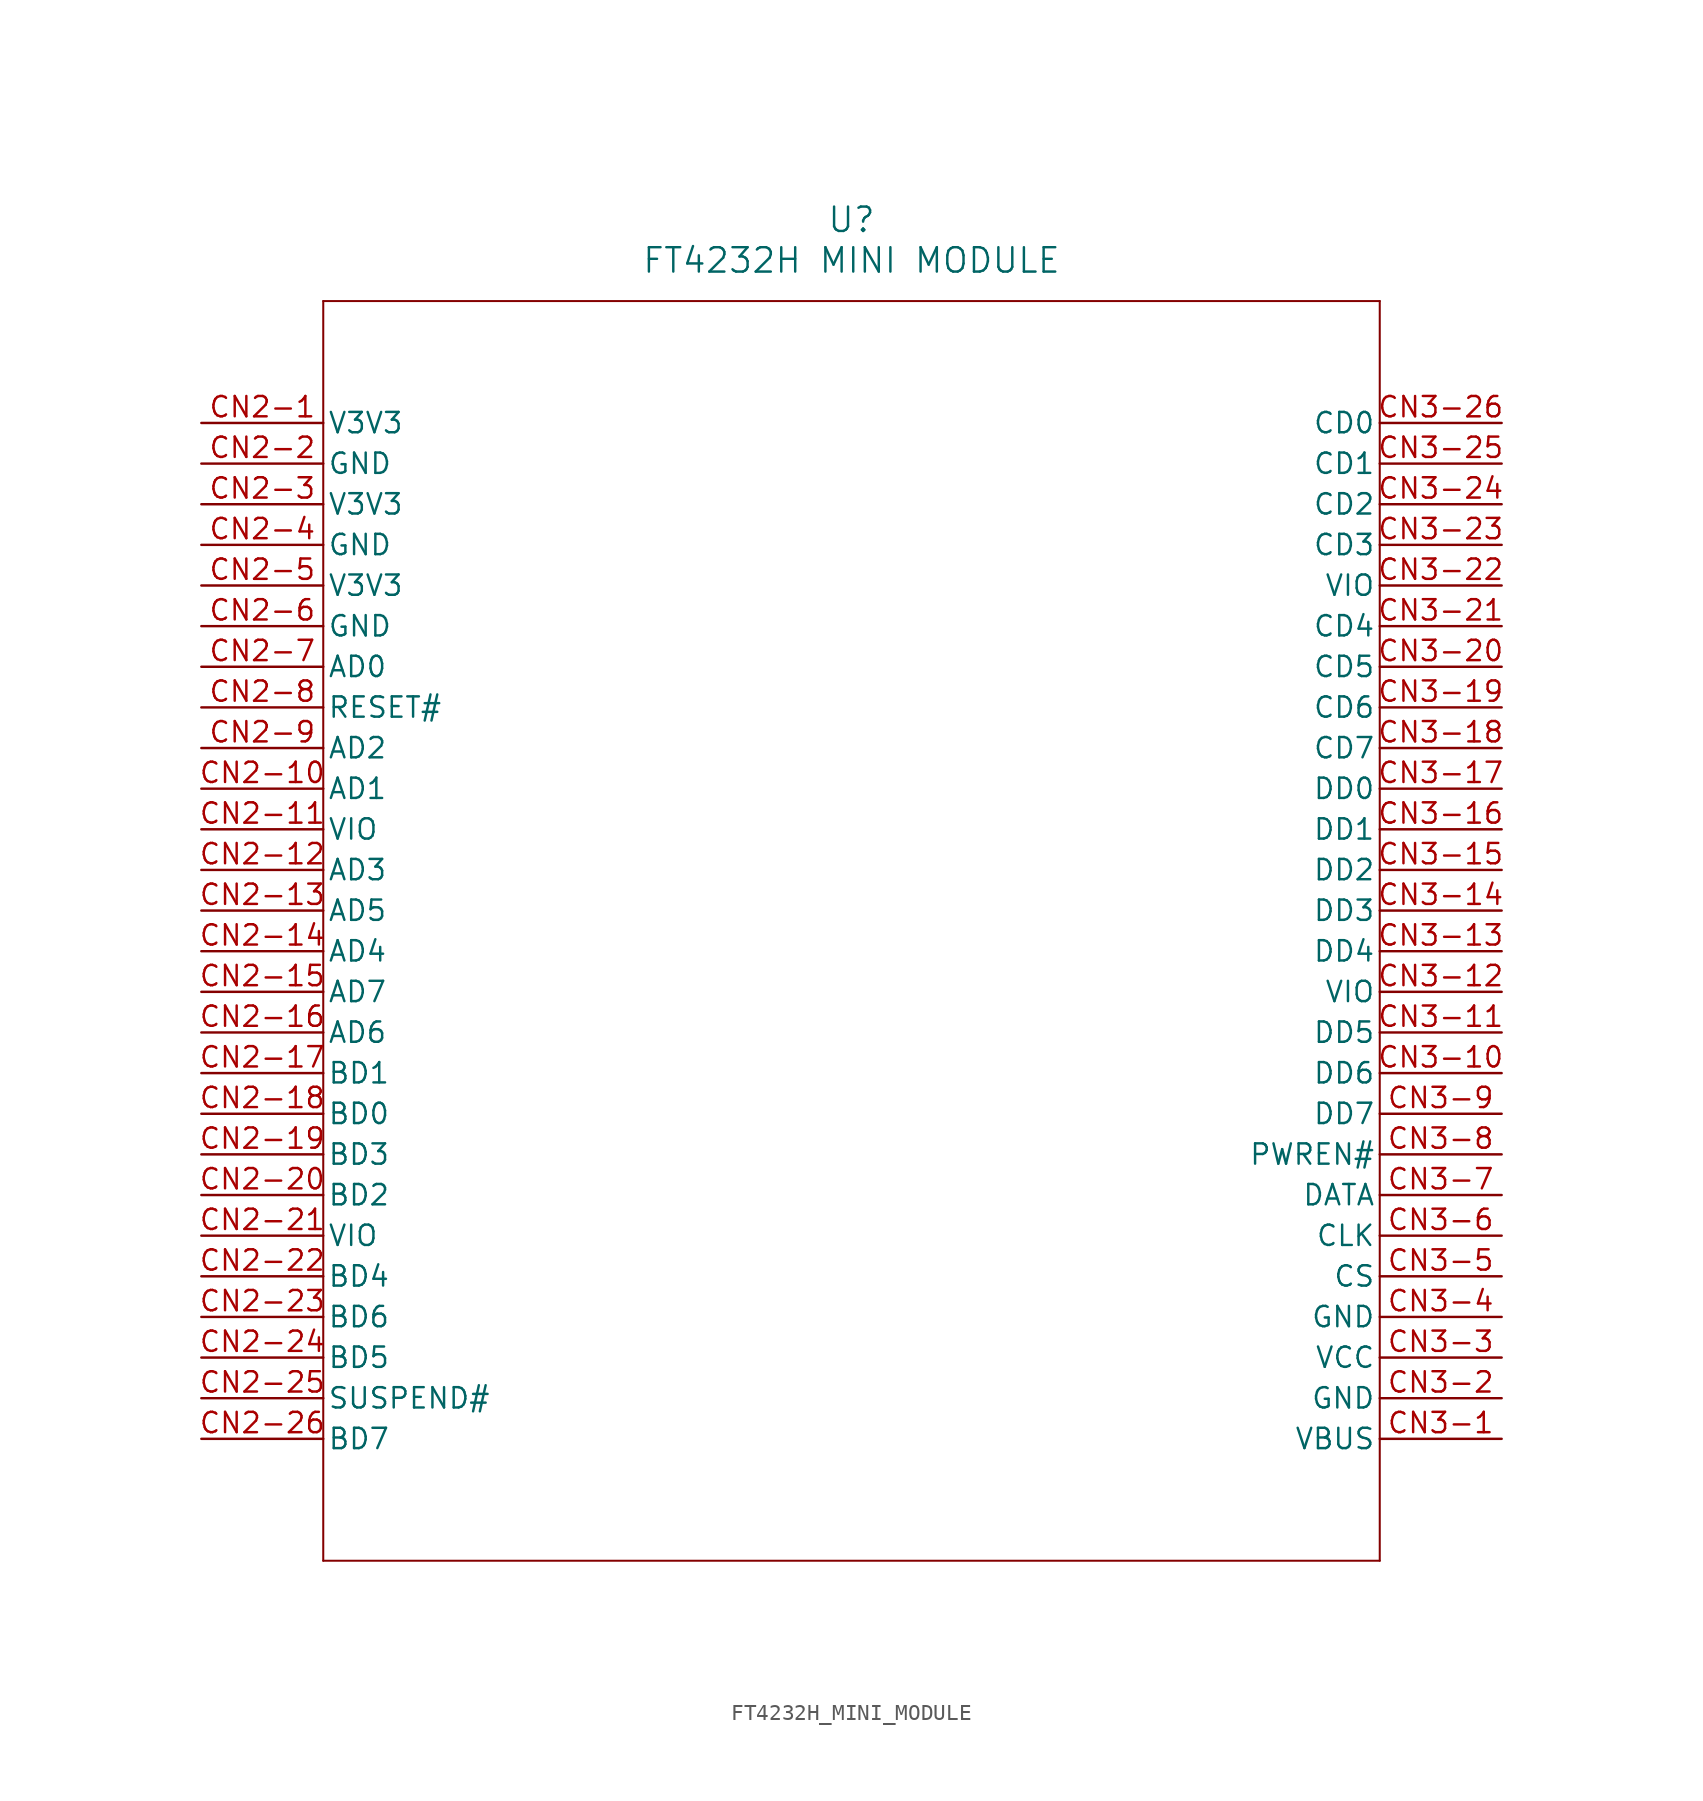
<source format=kicad_sym>
(kicad_symbol_lib
  (version 20211014)
  (generator kicad_symbol_editor)
  (symbol "FT4232H_MINI_MODULE"
    (pin_names
      (offset 0.254))
    (property "Reference" "U"
      (at 40.64 12.7 0)
      (effects (font (size 1.524 1.524))))
    (property "Value" "FT4232H MINI MODULE"
      (at 40.64 10.16 0)
      (effects (font (size 1.524 1.524))))
    (symbol "FT4232H_MINI_MODULE_0_1"
      (polyline (pts (xy 7.62 7.62) (xy 7.62 -71.12)) (stroke (width 0.127) (type default) (color 0 0 0 0)) (fill (type none)))
      (polyline (pts (xy 7.62 -71.12) (xy 73.66 -71.12)) (stroke (width 0.127) (type default) (color 0 0 0 0)) (fill (type none)))
      (polyline (pts (xy 73.66 -71.12) (xy 73.66 7.62)) (stroke (width 0.127) (type default) (color 0 0 0 0)) (fill (type none)))
      (polyline (pts (xy 73.66 7.62) (xy 7.62 7.62)) (stroke (width 0.127) (type default) (color 0 0 0 0)) (fill (type none)))
      (pin power_in line (at 0 0 0) (length 7.62) (name "V3V3" (effects (font (size 1.27 1.27)))) (number "CN2-1" (effects (font (size 1.27 1.27)))))
      (pin power_out line (at 0 -2.54 0) (length 7.62) (name "GND" (effects (font (size 1.27 1.27)))) (number "CN2-2" (effects (font (size 1.27 1.27)))))
      (pin power_in line (at 0 -5.08 0) (length 7.62) (name "V3V3" (effects (font (size 1.27 1.27)))) (number "CN2-3" (effects (font (size 1.27 1.27)))))
      (pin power_out line (at 0 -7.62 0) (length 7.62) (name "GND" (effects (font (size 1.27 1.27)))) (number "CN2-4" (effects (font (size 1.27 1.27)))))
      (pin power_in line (at 0 -10.16 0) (length 7.62) (name "V3V3" (effects (font (size 1.27 1.27)))) (number "CN2-5" (effects (font (size 1.27 1.27)))))
      (pin power_out line (at 0 -12.7 0) (length 7.62) (name "GND" (effects (font (size 1.27 1.27)))) (number "CN2-6" (effects (font (size 1.27 1.27)))))
      (pin bidirectional line (at 0 -15.24 0) (length 7.62) (name "AD0" (effects (font (size 1.27 1.27)))) (number "CN2-7" (effects (font (size 1.27 1.27)))))
      (pin unspecified line (at 0 -17.78 0) (length 7.62) (name "RESET#" (effects (font (size 1.27 1.27)))) (number "CN2-8" (effects (font (size 1.27 1.27)))))
      (pin bidirectional line (at 0 -20.32 0) (length 7.62) (name "AD2" (effects (font (size 1.27 1.27)))) (number "CN2-9" (effects (font (size 1.27 1.27)))))
      (pin bidirectional line (at 0 -22.86 0) (length 7.62) (name "AD1" (effects (font (size 1.27 1.27)))) (number "CN2-10" (effects (font (size 1.27 1.27)))))
      (pin bidirectional line (at 0 -25.4 0) (length 7.62) (name "VIO" (effects (font (size 1.27 1.27)))) (number "CN2-11" (effects (font (size 1.27 1.27)))))
      (pin bidirectional line (at 0 -27.94 0) (length 7.62) (name "AD3" (effects (font (size 1.27 1.27)))) (number "CN2-12" (effects (font (size 1.27 1.27)))))
      (pin bidirectional line (at 0 -30.48 0) (length 7.62) (name "AD5" (effects (font (size 1.27 1.27)))) (number "CN2-13" (effects (font (size 1.27 1.27)))))
      (pin bidirectional line (at 0 -33.02 0) (length 7.62) (name "AD4" (effects (font (size 1.27 1.27)))) (number "CN2-14" (effects (font (size 1.27 1.27)))))
      (pin bidirectional line (at 0 -35.56 0) (length 7.62) (name "AD7" (effects (font (size 1.27 1.27)))) (number "CN2-15" (effects (font (size 1.27 1.27)))))
      (pin bidirectional line (at 0 -38.1 0) (length 7.62) (name "AD6" (effects (font (size 1.27 1.27)))) (number "CN2-16" (effects (font (size 1.27 1.27)))))
      (pin bidirectional line (at 0 -40.64 0) (length 7.62) (name "BD1" (effects (font (size 1.27 1.27)))) (number "CN2-17" (effects (font (size 1.27 1.27)))))
      (pin bidirectional line (at 0 -43.18 0) (length 7.62) (name "BD0" (effects (font (size 1.27 1.27)))) (number "CN2-18" (effects (font (size 1.27 1.27)))))
      (pin bidirectional line (at 0 -45.72 0) (length 7.62) (name "BD3" (effects (font (size 1.27 1.27)))) (number "CN2-19" (effects (font (size 1.27 1.27)))))
      (pin bidirectional line (at 0 -48.26 0) (length 7.62) (name "BD2" (effects (font (size 1.27 1.27)))) (number "CN2-20" (effects (font (size 1.27 1.27)))))
      (pin bidirectional line (at 0 -50.8 0) (length 7.62) (name "VIO" (effects (font (size 1.27 1.27)))) (number "CN2-21" (effects (font (size 1.27 1.27)))))
      (pin bidirectional line (at 0 -53.34 0) (length 7.62) (name "BD4" (effects (font (size 1.27 1.27)))) (number "CN2-22" (effects (font (size 1.27 1.27)))))
      (pin bidirectional line (at 0 -55.88 0) (length 7.62) (name "BD6" (effects (font (size 1.27 1.27)))) (number "CN2-23" (effects (font (size 1.27 1.27)))))
      (pin bidirectional line (at 0 -58.42 0) (length 7.62) (name "BD5" (effects (font (size 1.27 1.27)))) (number "CN2-24" (effects (font (size 1.27 1.27)))))
      (pin unspecified line (at 0 -60.96 0) (length 7.62) (name "SUSPEND#" (effects (font (size 1.27 1.27)))) (number "CN2-25" (effects (font (size 1.27 1.27)))))
      (pin bidirectional line (at 0 -63.5 0) (length 7.62) (name "BD7" (effects (font (size 1.27 1.27)))) (number "CN2-26" (effects (font (size 1.27 1.27)))))
      (pin power_in line (at 81.28 -63.5 180) (length 7.62) (name "VBUS" (effects (font (size 1.27 1.27)))) (number "CN3-1" (effects (font (size 1.27 1.27)))))
      (pin power_out line (at 81.28 -60.96 180) (length 7.62) (name "GND" (effects (font (size 1.27 1.27)))) (number "CN3-2" (effects (font (size 1.27 1.27)))))
      (pin power_in line (at 81.28 -58.42 180) (length 7.62) (name "VCC" (effects (font (size 1.27 1.27)))) (number "CN3-3" (effects (font (size 1.27 1.27)))))
      (pin power_out line (at 81.28 -55.88 180) (length 7.62) (name "GND" (effects (font (size 1.27 1.27)))) (number "CN3-4" (effects (font (size 1.27 1.27)))))
      (pin unspecified line (at 81.28 -53.34 180) (length 7.62) (name "CS" (effects (font (size 1.27 1.27)))) (number "CN3-5" (effects (font (size 1.27 1.27)))))
      (pin unspecified line (at 81.28 -50.8 180) (length 7.62) (name "CLK" (effects (font (size 1.27 1.27)))) (number "CN3-6" (effects (font (size 1.27 1.27)))))
      (pin unspecified line (at 81.28 -48.26 180) (length 7.62) (name "DATA" (effects (font (size 1.27 1.27)))) (number "CN3-7" (effects (font (size 1.27 1.27)))))
      (pin unspecified line (at 81.28 -45.72 180) (length 7.62) (name "PWREN#" (effects (font (size 1.27 1.27)))) (number "CN3-8" (effects (font (size 1.27 1.27)))))
      (pin bidirectional line (at 81.28 -43.18 180) (length 7.62) (name "DD7" (effects (font (size 1.27 1.27)))) (number "CN3-9" (effects (font (size 1.27 1.27)))))
      (pin bidirectional line (at 81.28 -40.64 180) (length 7.62) (name "DD6" (effects (font (size 1.27 1.27)))) (number "CN3-10" (effects (font (size 1.27 1.27)))))
      (pin bidirectional line (at 81.28 -38.1 180) (length 7.62) (name "DD5" (effects (font (size 1.27 1.27)))) (number "CN3-11" (effects (font (size 1.27 1.27)))))
      (pin unspecified line (at 81.28 -35.56 180) (length 7.62) (name "VIO" (effects (font (size 1.27 1.27)))) (number "CN3-12" (effects (font (size 1.27 1.27)))))
      (pin bidirectional line (at 81.28 -33.02 180) (length 7.62) (name "DD4" (effects (font (size 1.27 1.27)))) (number "CN3-13" (effects (font (size 1.27 1.27)))))
      (pin bidirectional line (at 81.28 -30.48 180) (length 7.62) (name "DD3" (effects (font (size 1.27 1.27)))) (number "CN3-14" (effects (font (size 1.27 1.27)))))
      (pin bidirectional line (at 81.28 -27.94 180) (length 7.62) (name "DD2" (effects (font (size 1.27 1.27)))) (number "CN3-15" (effects (font (size 1.27 1.27)))))
      (pin bidirectional line (at 81.28 -25.4 180) (length 7.62) (name "DD1" (effects (font (size 1.27 1.27)))) (number "CN3-16" (effects (font (size 1.27 1.27)))))
      (pin bidirectional line (at 81.28 -22.86 180) (length 7.62) (name "DD0" (effects (font (size 1.27 1.27)))) (number "CN3-17" (effects (font (size 1.27 1.27)))))
      (pin bidirectional line (at 81.28 -20.32 180) (length 7.62) (name "CD7" (effects (font (size 1.27 1.27)))) (number "CN3-18" (effects (font (size 1.27 1.27)))))
      (pin bidirectional line (at 81.28 -17.78 180) (length 7.62) (name "CD6" (effects (font (size 1.27 1.27)))) (number "CN3-19" (effects (font (size 1.27 1.27)))))
      (pin bidirectional line (at 81.28 -15.24 180) (length 7.62) (name "CD5" (effects (font (size 1.27 1.27)))) (number "CN3-20" (effects (font (size 1.27 1.27)))))
      (pin bidirectional line (at 81.28 -12.7 180) (length 7.62) (name "CD4" (effects (font (size 1.27 1.27)))) (number "CN3-21" (effects (font (size 1.27 1.27)))))
      (pin unspecified line (at 81.28 -10.16 180) (length 7.62) (name "VIO" (effects (font (size 1.27 1.27)))) (number "CN3-22" (effects (font (size 1.27 1.27)))))
      (pin bidirectional line (at 81.28 -7.62 180) (length 7.62) (name "CD3" (effects (font (size 1.27 1.27)))) (number "CN3-23" (effects (font (size 1.27 1.27)))))
      (pin bidirectional line (at 81.28 -5.08 180) (length 7.62) (name "CD2" (effects (font (size 1.27 1.27)))) (number "CN3-24" (effects (font (size 1.27 1.27)))))
      (pin bidirectional line (at 81.28 -2.54 180) (length 7.62) (name "CD1" (effects (font (size 1.27 1.27)))) (number "CN3-25" (effects (font (size 1.27 1.27)))))
      (pin bidirectional line (at 81.28 0 180) (length 7.62) (name "CD0" (effects (font (size 1.27 1.27)))) (number "CN3-26" (effects (font (size 1.27 1.27))))))))
</source>
